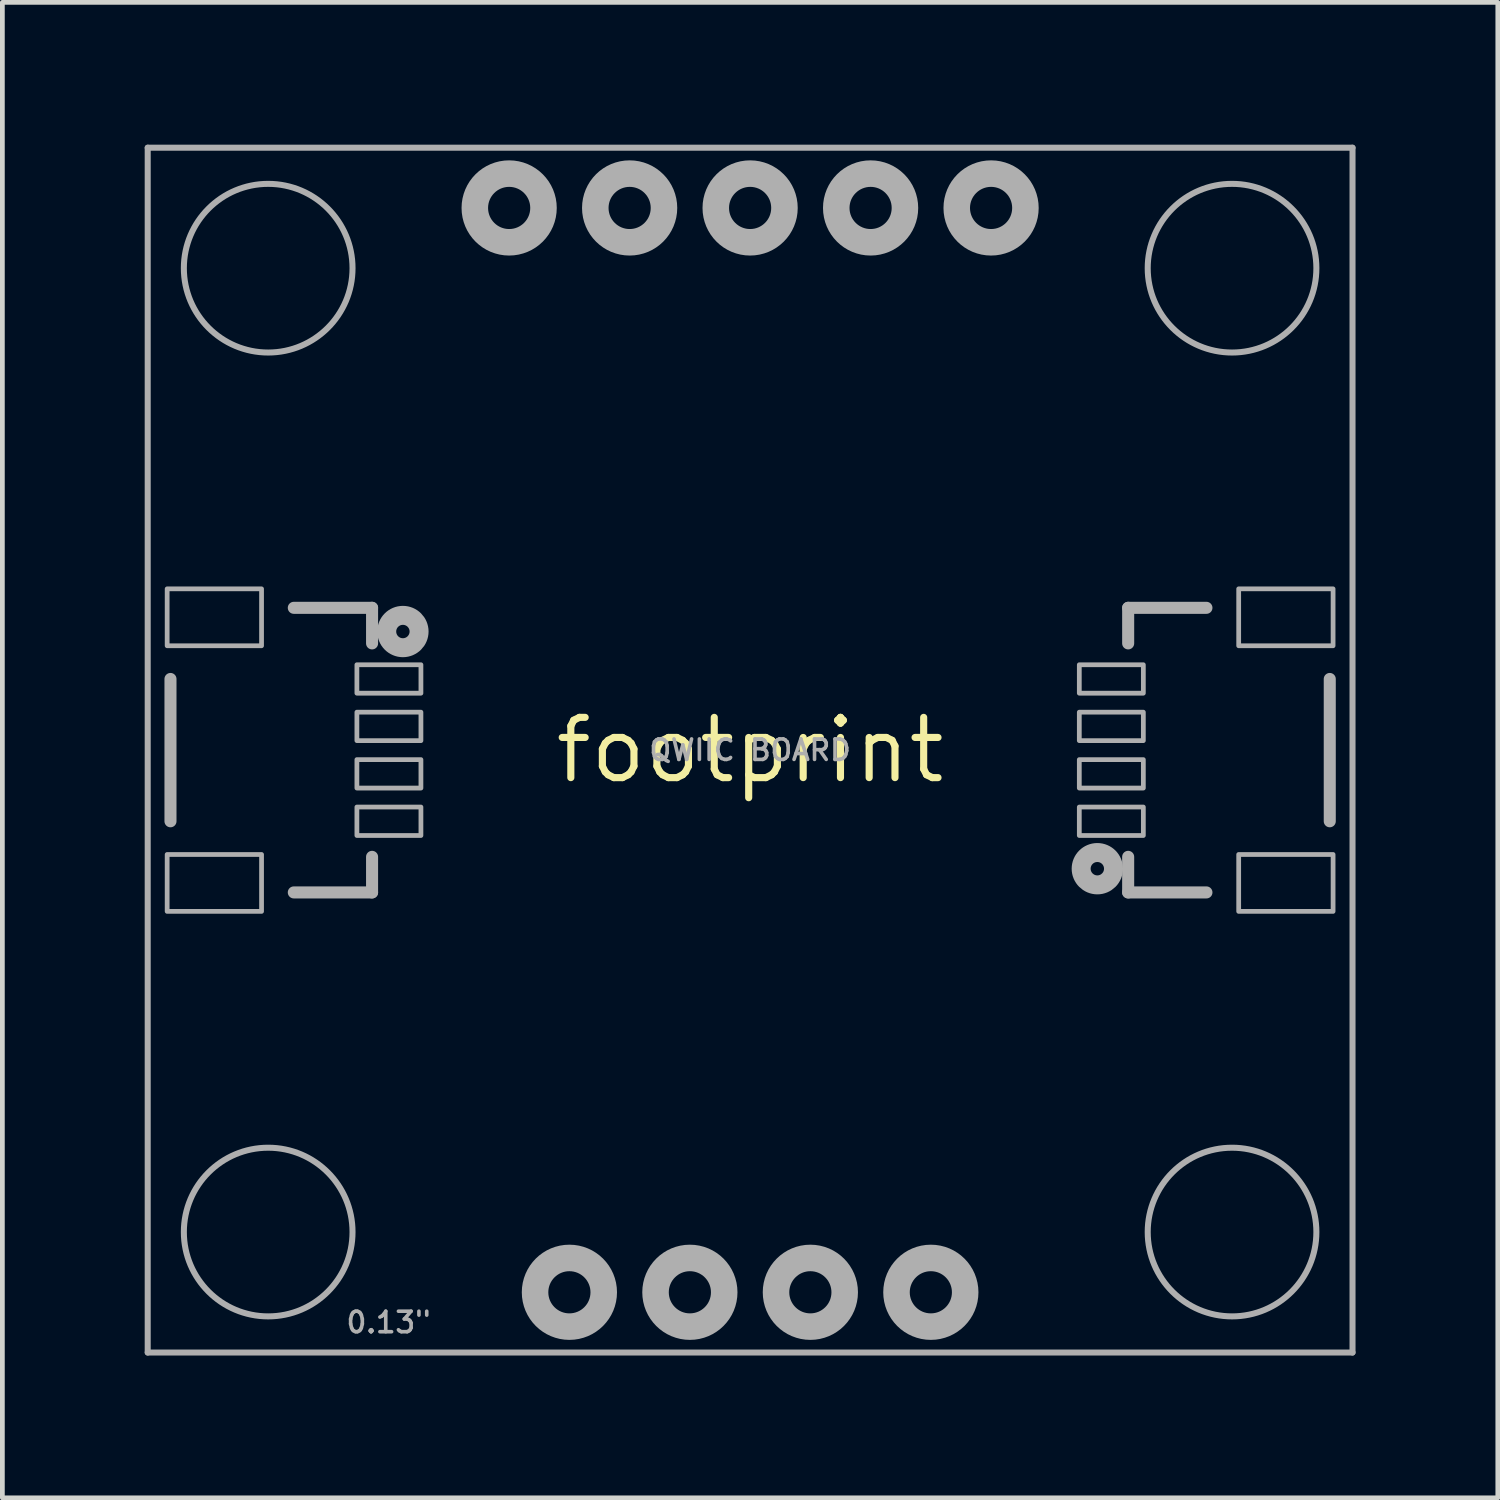
<source format=kicad_pcb>
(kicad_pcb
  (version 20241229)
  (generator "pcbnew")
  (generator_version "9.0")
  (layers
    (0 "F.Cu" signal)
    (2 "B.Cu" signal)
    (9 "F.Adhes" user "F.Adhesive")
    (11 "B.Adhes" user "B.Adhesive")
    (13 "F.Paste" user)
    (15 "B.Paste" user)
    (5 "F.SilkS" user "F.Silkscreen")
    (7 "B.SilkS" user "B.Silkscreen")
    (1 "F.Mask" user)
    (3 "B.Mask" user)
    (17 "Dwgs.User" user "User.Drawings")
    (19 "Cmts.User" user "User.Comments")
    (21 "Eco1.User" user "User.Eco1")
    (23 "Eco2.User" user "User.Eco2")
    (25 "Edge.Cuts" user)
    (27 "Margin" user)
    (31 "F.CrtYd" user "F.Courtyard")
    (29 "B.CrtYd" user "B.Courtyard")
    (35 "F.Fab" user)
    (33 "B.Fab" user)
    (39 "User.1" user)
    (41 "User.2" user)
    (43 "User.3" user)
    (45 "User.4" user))
  (footprint "footprint"
    (layer "F.Cu")
    (at 12.764 12.764)
    (property "Reference" "footprint" (at 0 0 0) (layer "F.SilkS") (effects (font (size 1.27 1.27) (thickness 0.15))))
    (fp_line (start -12.7 -12.7) (end 12.7 -12.7) (stroke (width 0.127) (type solid)) (layer "F.Fab"))
    (fp_line (start -12.7 12.7) (end -12.7 -12.7) (stroke (width 0.127) (type solid)) (layer "F.Fab"))
    (fp_line (start -12.22 -1.5) (end -12.22 1.5) (stroke (width 0.254) (type solid)) (layer "F.Fab"))
    (fp_line (start -9.62 -3) (end -7.97 -3) (stroke (width 0.254) (type solid)) (layer "F.Fab"))
    (fp_line (start -7.97 -3) (end -7.97 -2.25) (stroke (width 0.254) (type solid)) (layer "F.Fab"))
    (fp_line (start -7.97 2.25) (end -7.97 3) (stroke (width 0.254) (type solid)) (layer "F.Fab"))
    (fp_line (start -7.97 3) (end -9.62 3) (stroke (width 0.254) (type solid)) (layer "F.Fab"))
    (fp_line (start 7.97 -3) (end 9.62 -3) (stroke (width 0.254) (type solid)) (layer "F.Fab"))
    (fp_line (start 7.97 -2.25) (end 7.97 -3) (stroke (width 0.254) (type solid)) (layer "F.Fab"))
    (fp_line (start 7.97 3) (end 7.97 2.25) (stroke (width 0.254) (type solid)) (layer "F.Fab"))
    (fp_line (start 9.62 3) (end 7.97 3) (stroke (width 0.254) (type solid)) (layer "F.Fab"))
    (fp_line (start 12.22 1.5) (end 12.22 -1.5) (stroke (width 0.254) (type solid)) (layer "F.Fab"))
    (fp_line (start 12.7 -12.7) (end 12.7 12.7) (stroke (width 0.127) (type solid)) (layer "F.Fab"))
    (fp_line (start 12.7 12.7) (end -12.7 12.7) (stroke (width 0.127) (type solid)) (layer "F.Fab"))
    (fp_circle (center -10.16 -10.16) (end -8.382 -10.16) (stroke (width 0.127) (type solid)) (fill no) (layer "F.Fab"))
    (fp_circle (center -10.16 10.16) (end -8.382 10.16) (stroke (width 0.127) (type solid)) (fill no) (layer "F.Fab"))
    (fp_circle (center -7.32 -2.5) (end -7.179 -2.5) (stroke (width 0.4) (type solid)) (fill no) (layer "F.Fab"))
    (fp_circle (center -5.08 -11.43) (end -4.356 -11.43) (stroke (width 0.559) (type solid)) (fill no) (layer "F.Fab"))
    (fp_circle (center -3.81 11.43) (end -3.086 11.43) (stroke (width 0.559) (type solid)) (fill no) (layer "F.Fab"))
    (fp_circle (center -2.54 -11.43) (end -1.816 -11.43) (stroke (width 0.559) (type solid)) (fill no) (layer "F.Fab"))
    (fp_circle (center -1.27 11.43) (end -0.546 11.43) (stroke (width 0.559) (type solid)) (fill no) (layer "F.Fab"))
    (fp_circle (center 0 -11.43) (end 0.724 -11.43) (stroke (width 0.559) (type solid)) (fill no) (layer "F.Fab"))
    (fp_circle (center 1.27 11.43) (end 1.994 11.43) (stroke (width 0.559) (type solid)) (fill no) (layer "F.Fab"))
    (fp_circle (center 2.54 -11.43) (end 3.264 -11.43) (stroke (width 0.559) (type solid)) (fill no) (layer "F.Fab"))
    (fp_circle (center 3.81 11.43) (end 4.534 11.43) (stroke (width 0.559) (type solid)) (fill no) (layer "F.Fab"))
    (fp_circle (center 5.08 -11.43) (end 5.804 -11.43) (stroke (width 0.559) (type solid)) (fill no) (layer "F.Fab"))
    (fp_circle (center 7.32 2.5) (end 7.461 2.5) (stroke (width 0.4) (type solid)) (fill no) (layer "F.Fab"))
    (fp_circle (center 10.16 -10.16) (end 11.938 -10.16) (stroke (width 0.127) (type solid)) (fill no) (layer "F.Fab"))
    (fp_circle (center 10.16 10.16) (end 11.938 10.16) (stroke (width 0.127) (type solid)) (fill no) (layer "F.Fab"))
    (fp_poly (pts (xy -12.29 -2.2) (xy -10.3 -2.2) (xy -10.3 -3.4) (xy -12.29 -3.4)) (stroke (width 0.1) (type solid)) (fill no) (layer "F.Fab"))
    (fp_poly (pts (xy -12.29 3.4) (xy -10.3 3.4) (xy -10.3 2.2) (xy -12.29 2.2)) (stroke (width 0.1) (type solid)) (fill no) (layer "F.Fab"))
    (fp_poly (pts (xy -8.29 -1.2) (xy -6.94 -1.2) (xy -6.94 -1.8) (xy -8.29 -1.8)) (stroke (width 0.1) (type solid)) (fill no) (layer "F.Fab"))
    (fp_poly (pts (xy -8.29 -0.2) (xy -6.94 -0.2) (xy -6.94 -0.8) (xy -8.29 -0.8)) (stroke (width 0.1) (type solid)) (fill no) (layer "F.Fab"))
    (fp_poly (pts (xy -8.29 0.8) (xy -6.94 0.8) (xy -6.94 0.2) (xy -8.29 0.2)) (stroke (width 0.1) (type solid)) (fill no) (layer "F.Fab"))
    (fp_poly (pts (xy -8.29 1.8) (xy -6.94 1.8) (xy -6.94 1.2) (xy -8.29 1.2)) (stroke (width 0.1) (type solid)) (fill no) (layer "F.Fab"))
    (fp_poly (pts (xy 8.29 -1.8) (xy 6.94 -1.8) (xy 6.94 -1.2) (xy 8.29 -1.2)) (stroke (width 0.1) (type solid)) (fill no) (layer "F.Fab"))
    (fp_poly (pts (xy 8.29 -0.8) (xy 6.94 -0.8) (xy 6.94 -0.2) (xy 8.29 -0.2)) (stroke (width 0.1) (type solid)) (fill no) (layer "F.Fab"))
    (fp_poly (pts (xy 8.29 0.2) (xy 6.94 0.2) (xy 6.94 0.8) (xy 8.29 0.8)) (stroke (width 0.1) (type solid)) (fill no) (layer "F.Fab"))
    (fp_poly (pts (xy 8.29 1.2) (xy 6.94 1.2) (xy 6.94 1.8) (xy 8.29 1.8)) (stroke (width 0.1) (type solid)) (fill no) (layer "F.Fab"))
    (fp_poly (pts (xy 12.29 -3.4) (xy 10.3 -3.4) (xy 10.3 -2.2) (xy 12.29 -2.2)) (stroke (width 0.1) (type solid)) (fill no) (layer "F.Fab"))
    (fp_poly (pts (xy 12.29 2.2) (xy 10.3 2.2) (xy 10.3 3.4) (xy 12.29 3.4)) (stroke (width 0.1) (type solid)) (fill no) (layer "F.Fab"))
    (fp_text user "QWIIC BOARD" (at 0 0 0) (layer "F.Fab") (effects (font (size 0.432 0.432) (thickness 0.076))))
    (fp_text user "0.13\"" (at -7.62 12.065 0) (layer "F.Fab") (effects (font (size 0.432 0.432) (thickness 0.076)))))
  (gr_rect
    (start -3 -3)
    (end 28.527 28.527)
    (stroke (width 0.1) (type default))
    (fill no)
    (layer "Edge.Cuts")))
</source>
